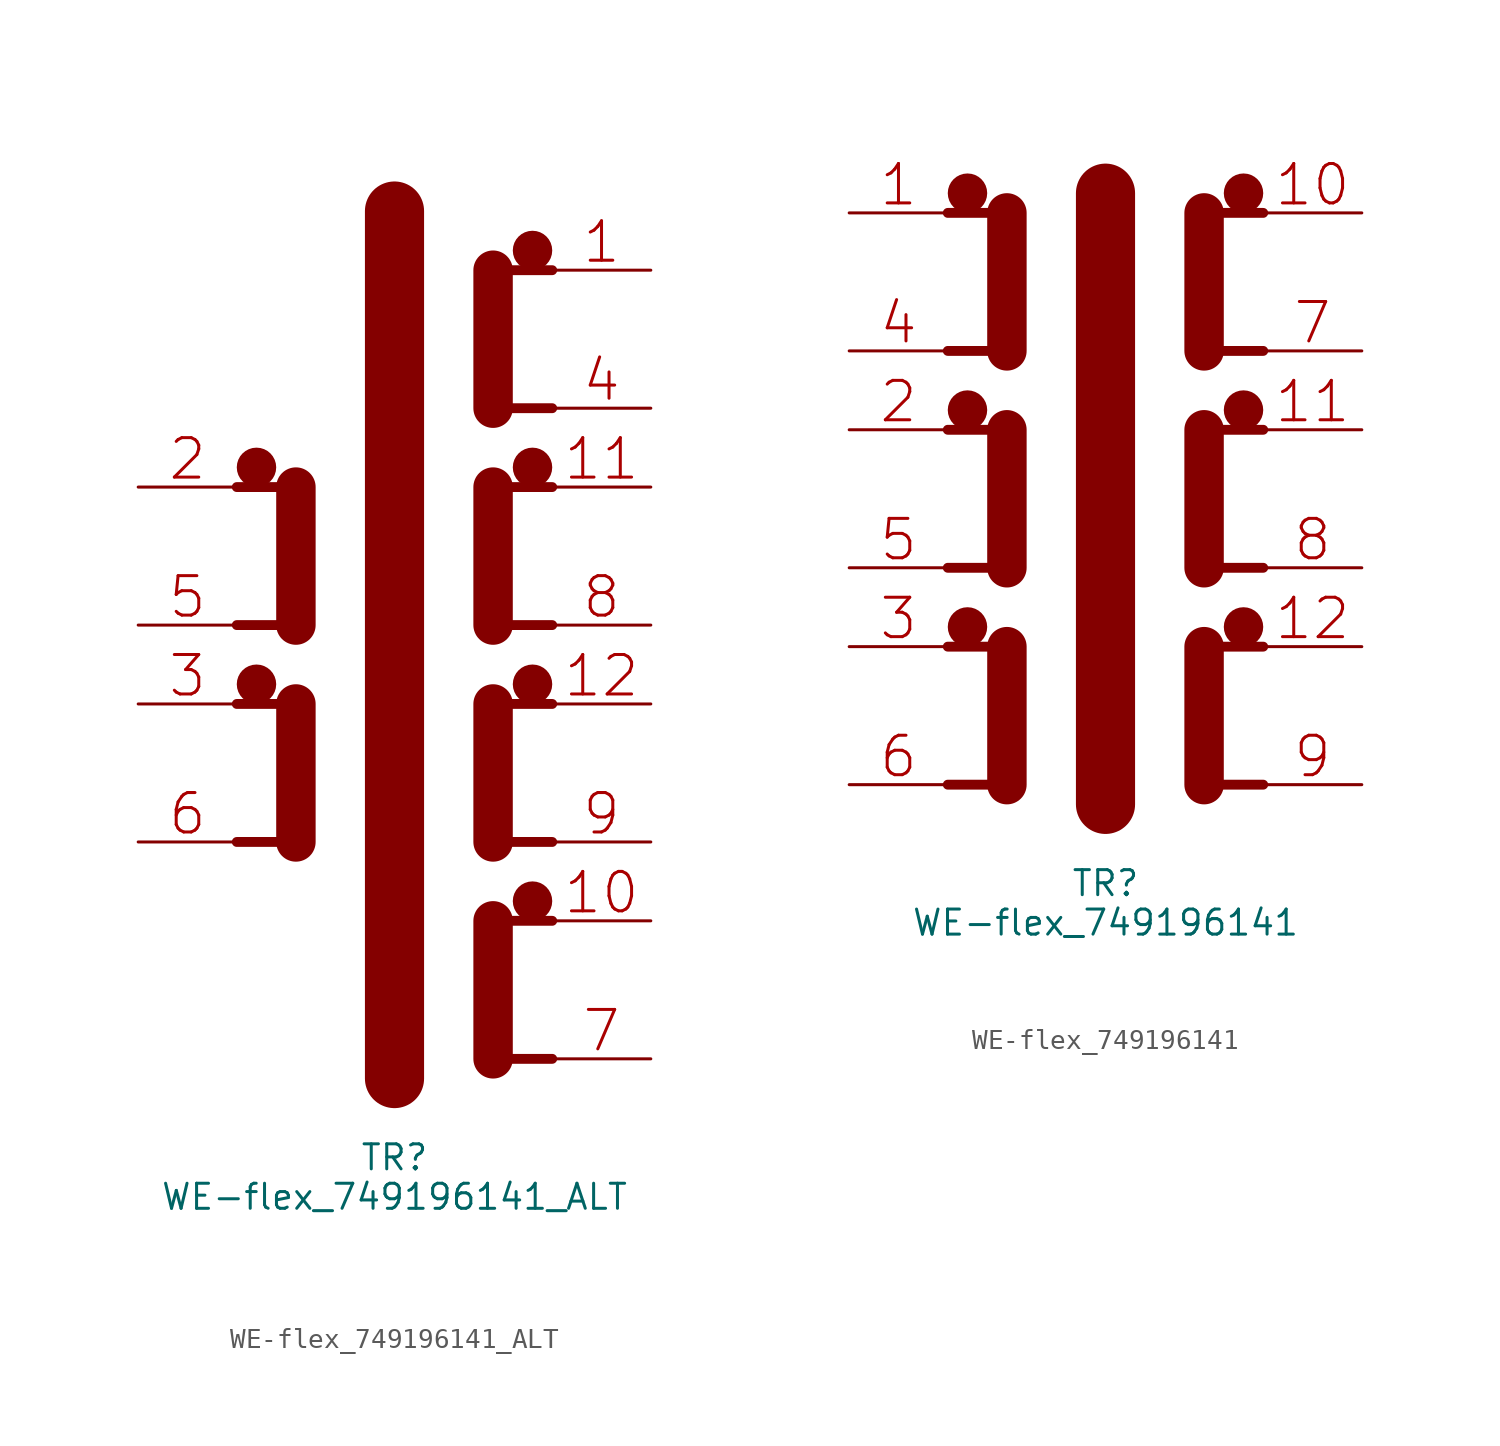
<source format=kicad_sym>
(kicad_symbol_lib
  (version 20211014)
  (generator kicad_symbol_editor)
  (symbol "WE-flex_749196141_ALT"
    (pin_names hide)
    (property "Reference" "TR"
      (at 0 0 0)
      (effects (font (size 1.27 1.27))))
    (property "Value" "WE-flex_749196141_ALT"
      (at 0 -2 0)
      (effects (font (size 1.27 1.27))))
    (symbol "WE-flex_749196141_ALT_0_0"
      (pin passive line (at 13 45 180) (length 5) (name "1" (effects (font (size 2 2)))) (number "1" (effects (font (size 2 2)))))
      (pin passive line (at 13 12 180) (length 5) (name "10" (effects (font (size 2 2)))) (number "10" (effects (font (size 2 2)))))
      (pin passive line (at 13 34 180) (length 5) (name "11" (effects (font (size 2 2)))) (number "11" (effects (font (size 2 2)))))
      (pin passive line (at 13 23 180) (length 5) (name "12" (effects (font (size 2 2)))) (number "12" (effects (font (size 2 2)))))
      (pin passive line (at -13 34 0) (length 5) (name "2" (effects (font (size 2 2)))) (number "2" (effects (font (size 2 2)))))
      (pin passive line (at -13 23 0) (length 5) (name "3" (effects (font (size 2 2)))) (number "3" (effects (font (size 2 2)))))
      (pin passive line (at 13 38 180) (length 5) (name "4" (effects (font (size 2 2)))) (number "4" (effects (font (size 2 2)))))
      (pin passive line (at -13 27 0) (length 5) (name "5" (effects (font (size 2 2)))) (number "5" (effects (font (size 2 2)))))
      (pin passive line (at -13 16 0) (length 5) (name "6" (effects (font (size 2 2)))) (number "6" (effects (font (size 2 2)))))
      (pin passive line (at 13 5 180) (length 5) (name "7" (effects (font (size 2 2)))) (number "7" (effects (font (size 2 2)))))
      (pin passive line (at 13 27 180) (length 5) (name "8" (effects (font (size 2 2)))) (number "8" (effects (font (size 2 2)))))
      (pin passive line (at 13 16 180) (length 5) (name "9" (effects (font (size 2 2)))) (number "9" (effects (font (size 2 2))))))
    (symbol "WE-flex_749196141_ALT_0_1"
      (circle (center -7 24) (radius 0.0001) (stroke (width 1) (type default) (color 0 0 0 0)) (fill (type none)))
      (circle (center -7 35) (radius 0.0001) (stroke (width 1) (type default) (color 0 0 0 0)) (fill (type none)))
      (polyline (pts (xy -5 16) (xy -8 16)) (stroke (width 0.5) (type default) (color 0 0 0 0)) (fill (type none)))
      (polyline (pts (xy -5 23) (xy -8 23)) (stroke (width 0.5) (type default) (color 0 0 0 0)) (fill (type none)))
      (polyline (pts (xy -5 23) (xy -5 16)) (stroke (width 2) (type default) (color 0 0 0 0)) (fill (type none)))
      (polyline (pts (xy -5 27) (xy -8 27)) (stroke (width 0.5) (type default) (color 0 0 0 0)) (fill (type none)))
      (polyline (pts (xy -5 34) (xy -8 34)) (stroke (width 0.5) (type default) (color 0 0 0 0)) (fill (type none)))
      (polyline (pts (xy -5 34) (xy -5 27)) (stroke (width 2) (type default) (color 0 0 0 0)) (fill (type none)))
      (polyline (pts (xy 0 48) (xy 0 4)) (stroke (width 3) (type default) (color 0 0 0 0)) (fill (type none)))
      (polyline (pts (xy 5 5) (xy 8 5)) (stroke (width 0.5) (type default) (color 0 0 0 0)) (fill (type none)))
      (polyline (pts (xy 5 12) (xy 5 5)) (stroke (width 2) (type default) (color 0 0 0 0)) (fill (type none)))
      (polyline (pts (xy 5 12) (xy 8 12)) (stroke (width 0.5) (type default) (color 0 0 0 0)) (fill (type none)))
      (polyline (pts (xy 5 16) (xy 8 16)) (stroke (width 0.5) (type default) (color 0 0 0 0)) (fill (type none)))
      (polyline (pts (xy 5 23) (xy 5 16)) (stroke (width 2) (type default) (color 0 0 0 0)) (fill (type none)))
      (polyline (pts (xy 5 23) (xy 8 23)) (stroke (width 0.5) (type default) (color 0 0 0 0)) (fill (type none)))
      (polyline (pts (xy 5 27) (xy 8 27)) (stroke (width 0.5) (type default) (color 0 0 0 0)) (fill (type none)))
      (polyline (pts (xy 5 34) (xy 5 27)) (stroke (width 2) (type default) (color 0 0 0 0)) (fill (type none)))
      (polyline (pts (xy 5 34) (xy 8 34)) (stroke (width 0.5) (type default) (color 0 0 0 0)) (fill (type none)))
      (polyline (pts (xy 5 38) (xy 8 38)) (stroke (width 0.5) (type default) (color 0 0 0 0)) (fill (type none)))
      (polyline (pts (xy 5 45) (xy 5 38)) (stroke (width 2) (type default) (color 0 0 0 0)) (fill (type none)))
      (polyline (pts (xy 5 45) (xy 8 45)) (stroke (width 0.5) (type default) (color 0 0 0 0)) (fill (type none)))
      (circle (center 7 13) (radius 0.0001) (stroke (width 1) (type default) (color 0 0 0 0)) (fill (type none)))
      (circle (center 7 24) (radius 0.0001) (stroke (width 1) (type default) (color 0 0 0 0)) (fill (type none)))
      (circle (center 7 35) (radius 0.0001) (stroke (width 1) (type default) (color 0 0 0 0)) (fill (type none)))
      (circle (center 7 46) (radius 0.0001) (stroke (width 1) (type default) (color 0 0 0 0)) (fill (type none)))))
  (symbol "WE-flex_749196141"
    (pin_names hide)
    (property "Reference" "TR"
      (at 0 0 0)
      (effects (font (size 1.27 1.27))))
    (property "Value" "WE-flex_749196141"
      (at 0 -2 0)
      (effects (font (size 1.27 1.27))))
    (symbol "WE-flex_749196141_0_0"
      (pin passive line (at -13 34 0) (length 5) (name "1" (effects (font (size 2 2)))) (number "1" (effects (font (size 2 2)))))
      (pin passive line (at 13 34 180) (length 5) (name "10" (effects (font (size 2 2)))) (number "10" (effects (font (size 2 2)))))
      (pin passive line (at 13 23 180) (length 5) (name "11" (effects (font (size 2 2)))) (number "11" (effects (font (size 2 2)))))
      (pin passive line (at 13 12 180) (length 5) (name "12" (effects (font (size 2 2)))) (number "12" (effects (font (size 2 2)))))
      (pin passive line (at -13 23 0) (length 5) (name "2" (effects (font (size 2 2)))) (number "2" (effects (font (size 2 2)))))
      (pin passive line (at -13 12 0) (length 5) (name "3" (effects (font (size 2 2)))) (number "3" (effects (font (size 2 2)))))
      (pin passive line (at -13 27 0) (length 5) (name "4" (effects (font (size 2 2)))) (number "4" (effects (font (size 2 2)))))
      (pin passive line (at -13 16 0) (length 5) (name "5" (effects (font (size 2 2)))) (number "5" (effects (font (size 2 2)))))
      (pin passive line (at -13 5 0) (length 5) (name "6" (effects (font (size 2 2)))) (number "6" (effects (font (size 2 2)))))
      (pin passive line (at 13 27 180) (length 5) (name "7" (effects (font (size 2 2)))) (number "7" (effects (font (size 2 2)))))
      (pin passive line (at 13 16 180) (length 5) (name "8" (effects (font (size 2 2)))) (number "8" (effects (font (size 2 2)))))
      (pin passive line (at 13 5 180) (length 5) (name "9" (effects (font (size 2 2)))) (number "9" (effects (font (size 2 2))))))
    (symbol "WE-flex_749196141_0_1"
      (circle (center -7 13) (radius 0.0001) (stroke (width 1) (type default) (color 0 0 0 0)) (fill (type none)))
      (circle (center -7 24) (radius 0.0001) (stroke (width 1) (type default) (color 0 0 0 0)) (fill (type none)))
      (circle (center -7 35) (radius 0.0001) (stroke (width 1) (type default) (color 0 0 0 0)) (fill (type none)))
      (polyline (pts (xy -5 5) (xy -8 5)) (stroke (width 0.5) (type default) (color 0 0 0 0)) (fill (type none)))
      (polyline (pts (xy -5 12) (xy -8 12)) (stroke (width 0.5) (type default) (color 0 0 0 0)) (fill (type none)))
      (polyline (pts (xy -5 12) (xy -5 5)) (stroke (width 2) (type default) (color 0 0 0 0)) (fill (type none)))
      (polyline (pts (xy -5 16) (xy -8 16)) (stroke (width 0.5) (type default) (color 0 0 0 0)) (fill (type none)))
      (polyline (pts (xy -5 23) (xy -8 23)) (stroke (width 0.5) (type default) (color 0 0 0 0)) (fill (type none)))
      (polyline (pts (xy -5 23) (xy -5 16)) (stroke (width 2) (type default) (color 0 0 0 0)) (fill (type none)))
      (polyline (pts (xy -5 27) (xy -8 27)) (stroke (width 0.5) (type default) (color 0 0 0 0)) (fill (type none)))
      (polyline (pts (xy -5 34) (xy -8 34)) (stroke (width 0.5) (type default) (color 0 0 0 0)) (fill (type none)))
      (polyline (pts (xy -5 34) (xy -5 27)) (stroke (width 2) (type default) (color 0 0 0 0)) (fill (type none)))
      (polyline (pts (xy 0 35) (xy 0 4)) (stroke (width 3) (type default) (color 0 0 0 0)) (fill (type none)))
      (polyline (pts (xy 5 5) (xy 8 5)) (stroke (width 0.5) (type default) (color 0 0 0 0)) (fill (type none)))
      (polyline (pts (xy 5 12) (xy 5 5)) (stroke (width 2) (type default) (color 0 0 0 0)) (fill (type none)))
      (polyline (pts (xy 5 12) (xy 8 12)) (stroke (width 0.5) (type default) (color 0 0 0 0)) (fill (type none)))
      (polyline (pts (xy 5 16) (xy 8 16)) (stroke (width 0.5) (type default) (color 0 0 0 0)) (fill (type none)))
      (polyline (pts (xy 5 23) (xy 5 16)) (stroke (width 2) (type default) (color 0 0 0 0)) (fill (type none)))
      (polyline (pts (xy 5 23) (xy 8 23)) (stroke (width 0.5) (type default) (color 0 0 0 0)) (fill (type none)))
      (polyline (pts (xy 5 27) (xy 8 27)) (stroke (width 0.5) (type default) (color 0 0 0 0)) (fill (type none)))
      (polyline (pts (xy 5 34) (xy 5 27)) (stroke (width 2) (type default) (color 0 0 0 0)) (fill (type none)))
      (polyline (pts (xy 5 34) (xy 8 34)) (stroke (width 0.5) (type default) (color 0 0 0 0)) (fill (type none)))
      (circle (center 7 13) (radius 0.0001) (stroke (width 1) (type default) (color 0 0 0 0)) (fill (type none)))
      (circle (center 7 24) (radius 0.0001) (stroke (width 1) (type default) (color 0 0 0 0)) (fill (type none)))
      (circle (center 7 35) (radius 0.0001) (stroke (width 1) (type default) (color 0 0 0 0)) (fill (type none))))))
</source>
